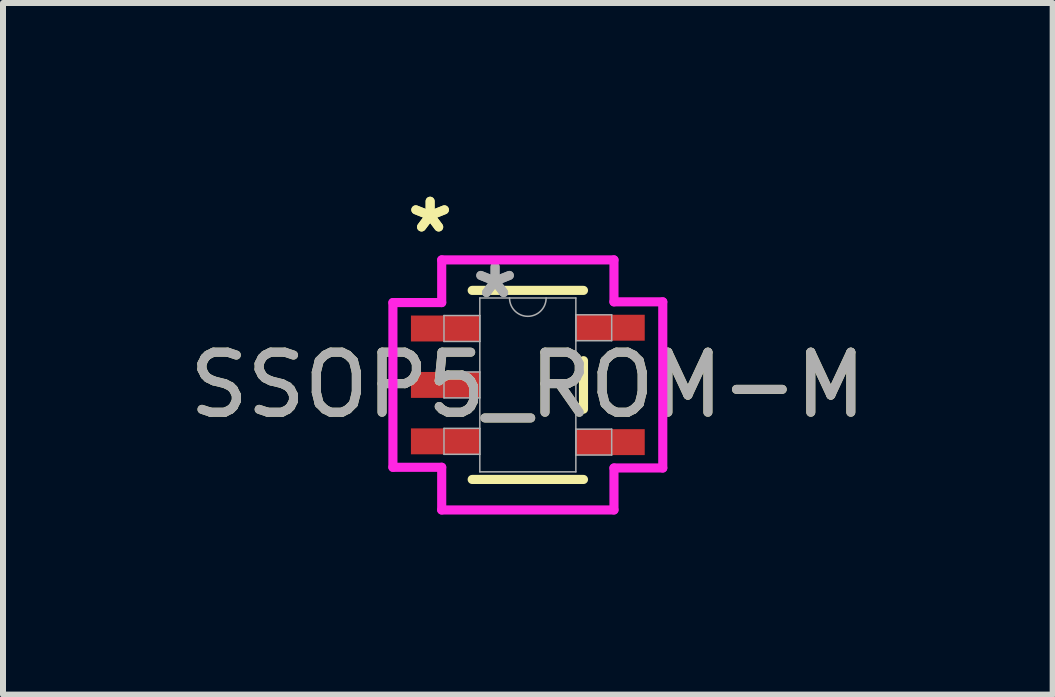
<source format=kicad_pcb>
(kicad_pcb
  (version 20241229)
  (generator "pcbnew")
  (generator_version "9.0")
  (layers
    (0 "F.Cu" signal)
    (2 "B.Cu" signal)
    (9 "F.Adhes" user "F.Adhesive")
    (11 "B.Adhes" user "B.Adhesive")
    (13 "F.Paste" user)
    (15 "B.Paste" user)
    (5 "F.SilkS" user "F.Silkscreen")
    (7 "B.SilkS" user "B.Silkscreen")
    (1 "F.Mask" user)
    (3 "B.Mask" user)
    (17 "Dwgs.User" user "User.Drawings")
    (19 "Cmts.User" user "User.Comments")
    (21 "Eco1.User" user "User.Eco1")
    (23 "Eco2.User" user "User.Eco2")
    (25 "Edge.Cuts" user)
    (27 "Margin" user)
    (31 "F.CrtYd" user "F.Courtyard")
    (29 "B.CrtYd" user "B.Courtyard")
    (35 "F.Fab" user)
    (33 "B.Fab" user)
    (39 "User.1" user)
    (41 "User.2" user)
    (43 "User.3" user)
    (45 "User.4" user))
  (footprint "SSOP5_ROM-M"
    (layer "F.Cu")
    (at 5.744 3.363)
    (property "Reference" "SSOP5_ROM-M" (at 0 0 0) (unlocked yes) (layer "F.SilkS") (effects (font (size 1 1) (thickness 0.15))))
    (attr smd)
    (fp_line (start -0.927 1.575) (end 0.927 1.575) (stroke (width 0.152) (type solid)) (layer "F.SilkS"))
    (fp_line (start 0.927 -1.575) (end -0.927 -1.575) (stroke (width 0.152) (type solid)) (layer "F.SilkS"))
    (fp_line (start 0.927 0.404) (end 0.927 -0.404) (stroke (width 0.152) (type solid)) (layer "F.SilkS"))
    (fp_line (start -2.248 -1.372) (end -1.435 -1.372) (stroke (width 0.152) (type solid)) (layer "F.CrtYd"))
    (fp_line (start -2.248 1.372) (end -2.248 -1.372) (stroke (width 0.152) (type solid)) (layer "F.CrtYd"))
    (fp_line (start -1.435 -2.083) (end 1.435 -2.083) (stroke (width 0.152) (type solid)) (layer "F.CrtYd"))
    (fp_line (start -1.435 -1.372) (end -1.435 -2.083) (stroke (width 0.152) (type solid)) (layer "F.CrtYd"))
    (fp_line (start -1.435 1.372) (end -2.248 1.372) (stroke (width 0.152) (type solid)) (layer "F.CrtYd"))
    (fp_line (start -1.435 2.083) (end -1.435 1.372) (stroke (width 0.152) (type solid)) (layer "F.CrtYd"))
    (fp_line (start 1.435 -2.083) (end 1.435 -1.384) (stroke (width 0.152) (type solid)) (layer "F.CrtYd"))
    (fp_line (start 1.435 -1.384) (end 2.248 -1.384) (stroke (width 0.152) (type solid)) (layer "F.CrtYd"))
    (fp_line (start 1.435 1.384) (end 1.435 2.083) (stroke (width 0.152) (type solid)) (layer "F.CrtYd"))
    (fp_line (start 1.435 2.083) (end -1.435 2.083) (stroke (width 0.152) (type solid)) (layer "F.CrtYd"))
    (fp_line (start 2.248 -1.384) (end 2.248 1.384) (stroke (width 0.152) (type solid)) (layer "F.CrtYd"))
    (fp_line (start 2.248 1.384) (end 1.435 1.384) (stroke (width 0.152) (type solid)) (layer "F.CrtYd"))
    (fp_line (start -1.397 -1.156) (end -1.397 -0.724) (stroke (width 0.025) (type solid)) (layer "F.Fab"))
    (fp_line (start -1.397 -0.724) (end -0.8 -0.724) (stroke (width 0.025) (type solid)) (layer "F.Fab"))
    (fp_line (start -1.397 -0.216) (end -1.397 0.216) (stroke (width 0.025) (type solid)) (layer "F.Fab"))
    (fp_line (start -1.397 0.216) (end -0.8 0.216) (stroke (width 0.025) (type solid)) (layer "F.Fab"))
    (fp_line (start -1.397 0.724) (end -1.397 1.156) (stroke (width 0.025) (type solid)) (layer "F.Fab"))
    (fp_line (start -1.397 1.156) (end -0.8 1.156) (stroke (width 0.025) (type solid)) (layer "F.Fab"))
    (fp_line (start -0.8 -1.448) (end -0.8 1.448) (stroke (width 0.025) (type solid)) (layer "F.Fab"))
    (fp_line (start -0.8 -1.156) (end -1.397 -1.156) (stroke (width 0.025) (type solid)) (layer "F.Fab"))
    (fp_line (start -0.8 -0.724) (end -0.8 -1.156) (stroke (width 0.025) (type solid)) (layer "F.Fab"))
    (fp_line (start -0.8 -0.216) (end -1.397 -0.216) (stroke (width 0.025) (type solid)) (layer "F.Fab"))
    (fp_line (start -0.8 0.216) (end -0.8 -0.216) (stroke (width 0.025) (type solid)) (layer "F.Fab"))
    (fp_line (start -0.8 0.724) (end -1.397 0.724) (stroke (width 0.025) (type solid)) (layer "F.Fab"))
    (fp_line (start -0.8 1.156) (end -0.8 0.724) (stroke (width 0.025) (type solid)) (layer "F.Fab"))
    (fp_line (start -0.8 1.448) (end 0.8 1.448) (stroke (width 0.025) (type solid)) (layer "F.Fab"))
    (fp_line (start 0.8 -1.448) (end -0.8 -1.448) (stroke (width 0.025) (type solid)) (layer "F.Fab"))
    (fp_line (start 0.8 -1.168) (end 0.8 -0.737) (stroke (width 0.025) (type solid)) (layer "F.Fab"))
    (fp_line (start 0.8 -0.737) (end 1.397 -0.737) (stroke (width 0.025) (type solid)) (layer "F.Fab"))
    (fp_line (start 0.8 0.737) (end 0.8 1.168) (stroke (width 0.025) (type solid)) (layer "F.Fab"))
    (fp_line (start 0.8 1.168) (end 1.397 1.168) (stroke (width 0.025) (type solid)) (layer "F.Fab"))
    (fp_line (start 0.8 1.448) (end 0.8 -1.448) (stroke (width 0.025) (type solid)) (layer "F.Fab"))
    (fp_line (start 1.397 -1.168) (end 0.8 -1.168) (stroke (width 0.025) (type solid)) (layer "F.Fab"))
    (fp_line (start 1.397 -0.737) (end 1.397 -1.168) (stroke (width 0.025) (type solid)) (layer "F.Fab"))
    (fp_line (start 1.397 0.737) (end 0.8 0.737) (stroke (width 0.025) (type solid)) (layer "F.Fab"))
    (fp_line (start 1.397 1.168) (end 1.397 0.737) (stroke (width 0.025) (type solid)) (layer "F.Fab"))
    (fp_arc (start 0.3048 -1.4478) (mid 0 -1.143) (end -0.3048 -1.4478) (stroke (width 0.0254) (type solid)) (layer "F.Fab"))
    (fp_text user "*" (at -1.628 -2.515 0) (unlocked yes) (layer "F.SilkS") (effects (font (size 1 1) (thickness 0.15))))
    (fp_text user "*" (at -1.628 -2.515 0) (layer "F.SilkS") (effects (font (size 1 1) (thickness 0.15))))
    (fp_text user "${REFERENCE}" (at 0 0 0) (unlocked yes) (layer "F.Fab") (effects (font (size 1 1) (thickness 0.15))))
    (fp_text user "*" (at -0.546 -1.422 0) (unlocked yes) (layer "F.Fab") (effects (font (size 1 1) (thickness 0.15))))
    (fp_text user "*" (at -0.546 -1.422 0) (layer "F.Fab") (effects (font (size 1 1) (thickness 0.15))))
    (pad "1" smd rect (at -1.374 -0.94) (size 1.147 0.432) (layers "F.Cu" "F.Mask" "F.Paste"))
    (pad "2" smd rect (at -1.374 0) (size 1.147 0.432) (layers "F.Cu" "F.Mask" "F.Paste"))
    (pad "3" smd rect (at -1.374 0.94) (size 1.147 0.432) (layers "F.Cu" "F.Mask" "F.Paste"))
    (pad "4" smd rect (at 1.374 0.953) (size 1.147 0.432) (layers "F.Cu" "F.Mask" "F.Paste"))
    (pad "5" smd rect (at 1.374 -0.953) (size 1.147 0.432) (layers "F.Cu" "F.Mask" "F.Paste")))
  (gr_rect
    (start -3 -3)
    (end 14.488 8.522)
    (stroke (width 0.1) (type default))
    (fill no)
    (layer "Edge.Cuts")))
</source>
